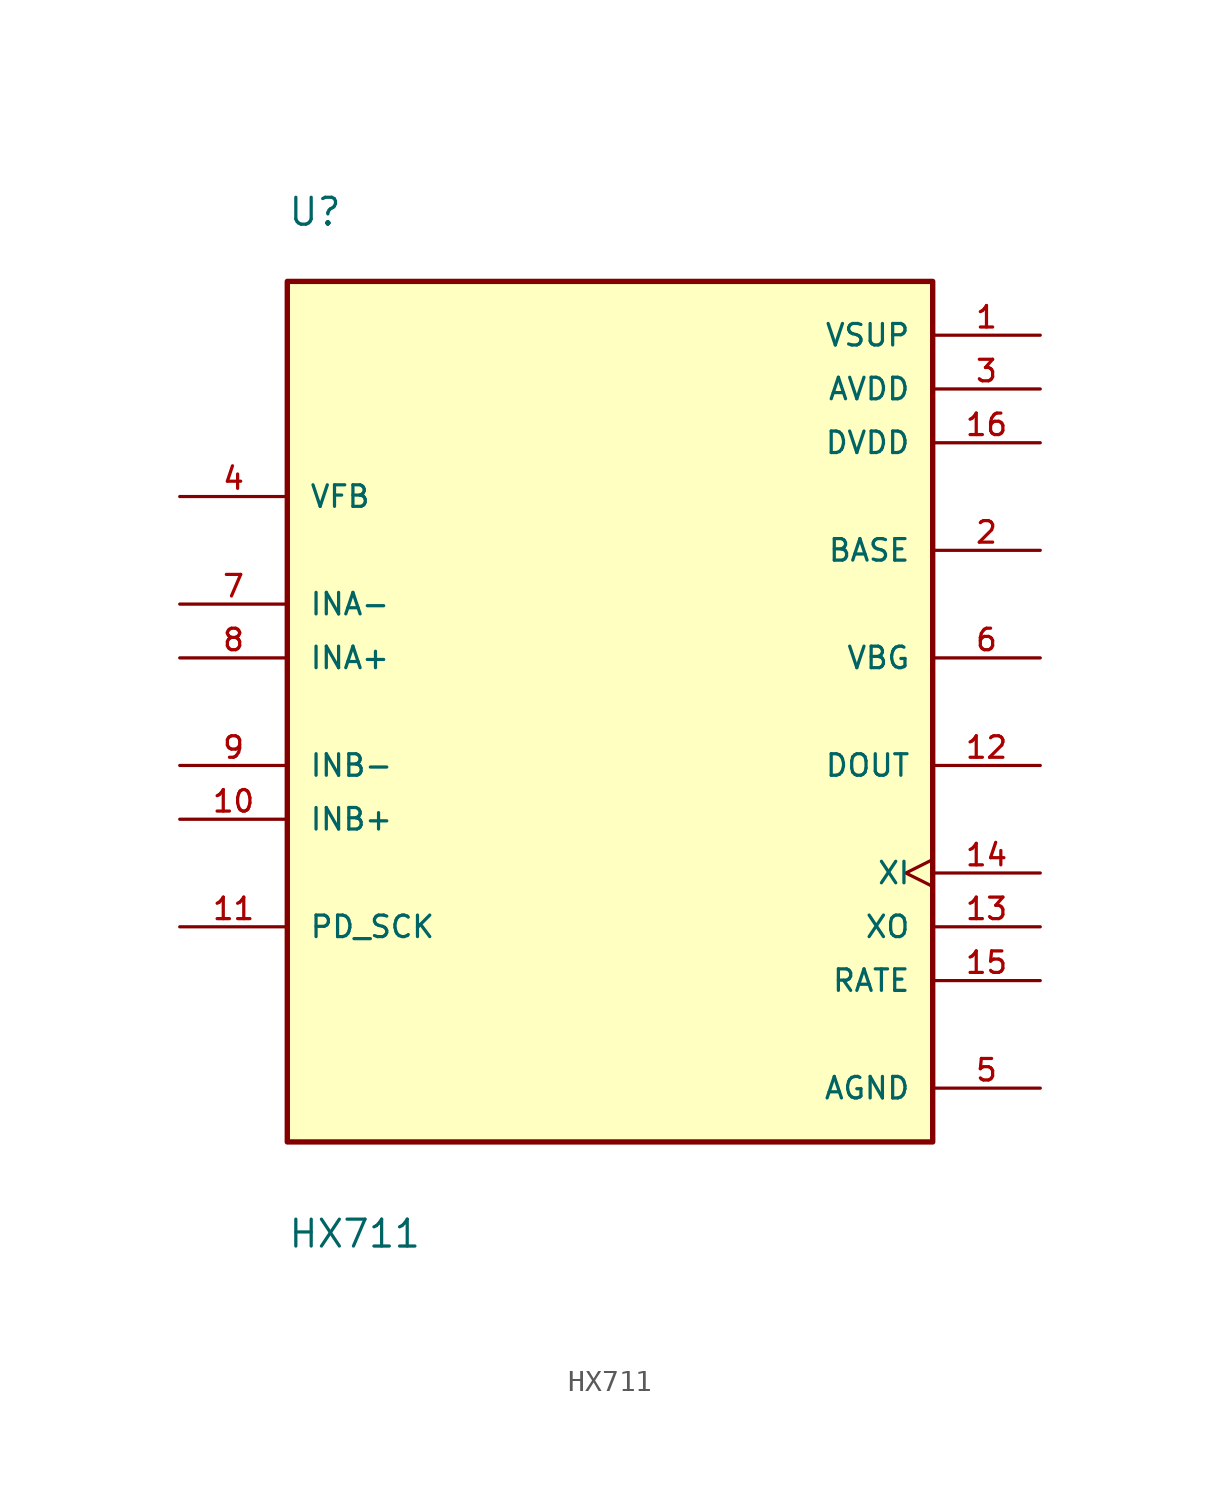
<source format=kicad_sym>
(kicad_symbol_lib
  (version 20211014)
  (generator kicad_symbol_editor)
  (symbol "HX711"
    (pin_names
      (offset 1.016))
    (property "Reference" "U"
      (at -15.24 22.86 0)
      (effects (font (size 1.27 1.27)) (justify bottom left)))
    (property "Value" "HX711"
      (at -15.24 -25.4 0)
      (effects (font (size 1.27 1.27)) (justify bottom left)))
    (symbol "HX711_0_0"
      (rectangle (start -15.24 -20.32) (end 15.24 20.32) (stroke (width 0.254)) (fill (type background)))
      (pin power_in line (at 20.32 17.78 180.0) (length 5.08) (name "VSUP" (effects (font (size 1.016 1.016)))) (number "1" (effects (font (size 1.016 1.016)))))
      (pin output line (at 20.32 7.62 180.0) (length 5.08) (name "BASE" (effects (font (size 1.016 1.016)))) (number "2" (effects (font (size 1.016 1.016)))))
      (pin power_in line (at 20.32 12.7 180.0) (length 5.08) (name "DVDD" (effects (font (size 1.016 1.016)))) (number "16" (effects (font (size 1.016 1.016)))))
      (pin input line (at -20.32 10.16 0) (length 5.08) (name "VFB" (effects (font (size 1.016 1.016)))) (number "4" (effects (font (size 1.016 1.016)))))
      (pin power_in line (at 20.32 15.24 180.0) (length 5.08) (name "AVDD" (effects (font (size 1.016 1.016)))) (number "3" (effects (font (size 1.016 1.016)))))
      (pin output line (at 20.32 2.54 180.0) (length 5.08) (name "VBG" (effects (font (size 1.016 1.016)))) (number "6" (effects (font (size 1.016 1.016)))))
      (pin input line (at -20.32 5.08 0) (length 5.08) (name "INA-" (effects (font (size 1.016 1.016)))) (number "7" (effects (font (size 1.016 1.016)))))
      (pin input line (at -20.32 2.54 0) (length 5.08) (name "INA+" (effects (font (size 1.016 1.016)))) (number "8" (effects (font (size 1.016 1.016)))))
      (pin input line (at -20.32 -2.54 0) (length 5.08) (name "INB-" (effects (font (size 1.016 1.016)))) (number "9" (effects (font (size 1.016 1.016)))))
      (pin input line (at -20.32 -5.08 0) (length 5.08) (name "INB+" (effects (font (size 1.016 1.016)))) (number "10" (effects (font (size 1.016 1.016)))))
      (pin input line (at -20.32 -10.16 0) (length 5.08) (name "PD_SCK" (effects (font (size 1.016 1.016)))) (number "11" (effects (font (size 1.016 1.016)))))
      (pin output line (at 20.32 -2.54 180.0) (length 5.08) (name "DOUT" (effects (font (size 1.016 1.016)))) (number "12" (effects (font (size 1.016 1.016)))))
      (pin input clock (at 20.32 -7.62 180.0) (length 5.08) (name "XI" (effects (font (size 1.016 1.016)))) (number "14" (effects (font (size 1.016 1.016)))))
      (pin output line (at 20.32 -10.16 180.0) (length 5.08) (name "XO" (effects (font (size 1.016 1.016)))) (number "13" (effects (font (size 1.016 1.016)))))
      (pin input line (at 20.32 -12.7 180.0) (length 5.08) (name "RATE" (effects (font (size 1.016 1.016)))) (number "15" (effects (font (size 1.016 1.016)))))
      (pin power_in line (at 20.32 -17.78 180.0) (length 5.08) (name "AGND" (effects (font (size 1.016 1.016)))) (number "5" (effects (font (size 1.016 1.016))))))))
</source>
